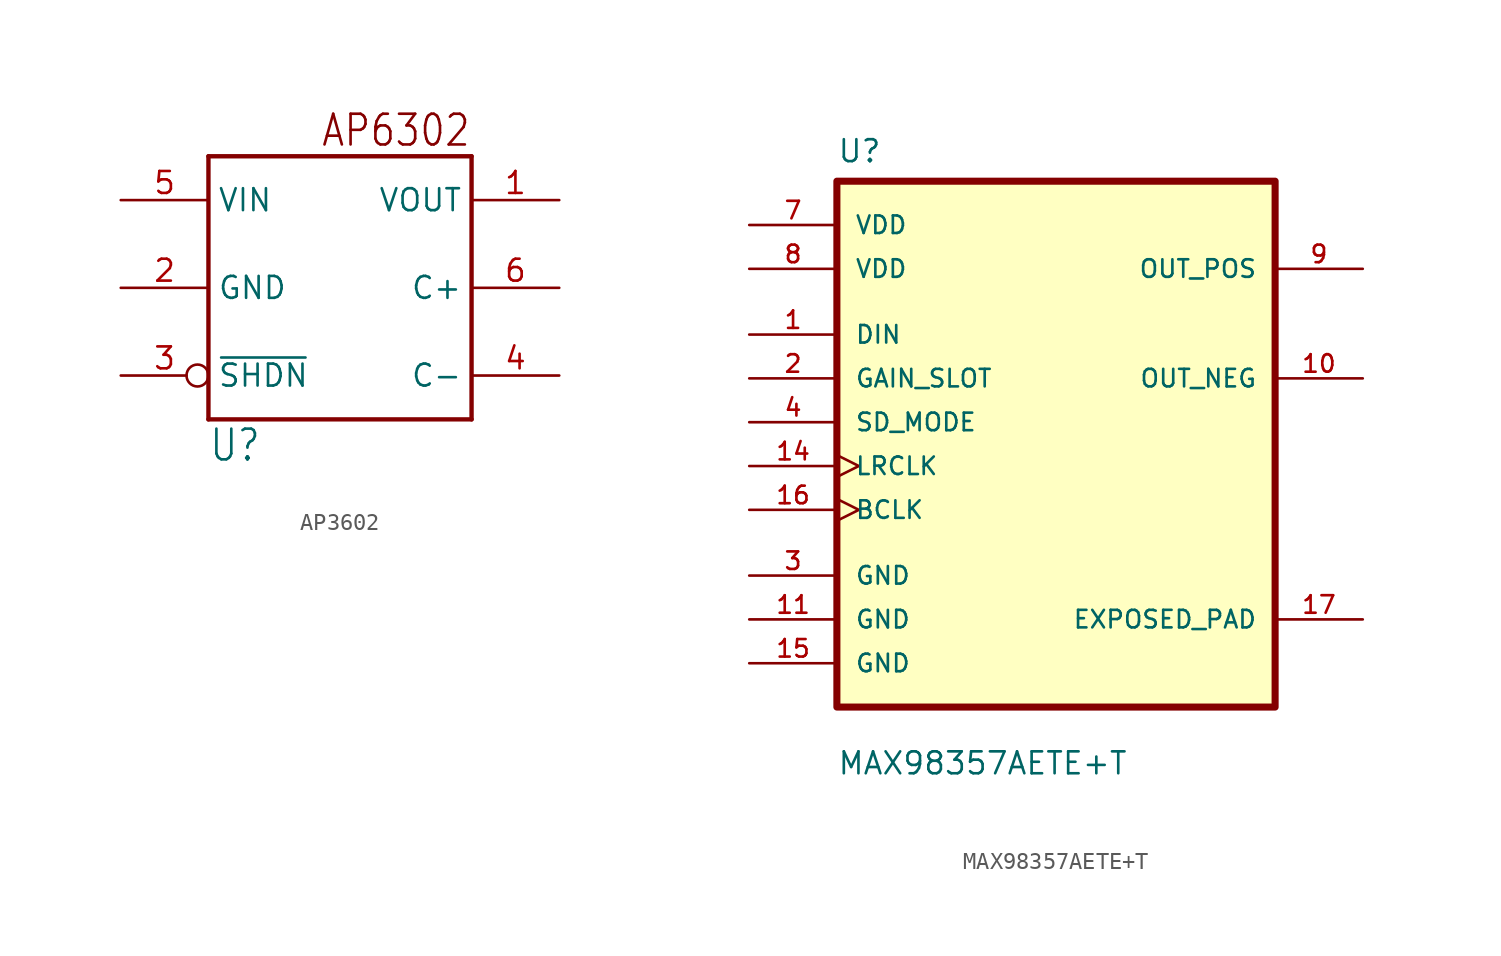
<source format=kicad_sym>
(kicad_symbol_lib
  (version 20220914)
  (generator kicad_symbol_editor)
  (symbol "AP3602"
    (property "Reference" "U"
      (at -7.62 -10.16 0)
      (effects (font (size 1.778 1.511)) (justify left bottom)))
    (symbol "AP3602_1_0"
      (polyline (pts (xy -7.62 -7.62) (xy -7.62 7.62)) (stroke (width 0.254) (type solid)) (fill (type none)))
      (polyline (pts (xy -7.62 7.62) (xy 7.62 7.62)) (stroke (width 0.254) (type solid)) (fill (type none)))
      (polyline (pts (xy 7.62 -7.62) (xy -7.62 -7.62)) (stroke (width 0.254) (type solid)) (fill (type none)))
      (polyline (pts (xy 7.62 7.62) (xy 7.62 -7.62)) (stroke (width 0.254) (type solid)) (fill (type none)))
      (text "AP6302" (at 7.62 10.16 0) (effects (font (size 1.778 1.511)) (justify right top)))
      (pin power_out line (at 12.7 5.08 180) (length 5.08) (name "VOUT" (effects (font (size 1.27 1.27)))) (number "1" (effects (font (size 1.27 1.27)))))
      (pin power_in line (at -12.7 0 0) (length 5.08) (name "GND" (effects (font (size 1.27 1.27)))) (number "2" (effects (font (size 1.27 1.27)))))
      (pin input inverted (at -12.7 -5.08 0) (length 5.08) (name "~{SHDN}" (effects (font (size 1.27 1.27)))) (number "3" (effects (font (size 1.27 1.27)))))
      (pin passive line (at 12.7 -5.08 180) (length 5.08) (name "C-" (effects (font (size 1.27 1.27)))) (number "4" (effects (font (size 1.27 1.27)))))
      (pin power_in line (at -12.7 5.08 0) (length 5.08) (name "VIN" (effects (font (size 1.27 1.27)))) (number "5" (effects (font (size 1.27 1.27)))))
      (pin passive line (at 12.7 0 180) (length 5.08) (name "C+" (effects (font (size 1.27 1.27)))) (number "6" (effects (font (size 1.27 1.27)))))))
  (symbol "MAX98357AETE+T"
    (pin_names
      (offset 1.016))
    (property "Reference" "U"
      (at -12.7 16.24 0)
      (effects (font (size 1.27 1.27)) (justify left bottom)))
    (property "Value" "MAX98357AETE+T"
      (at -12.7 -19.24 0)
      (effects (font (size 1.27 1.27)) (justify left bottom)))
    (symbol "MAX98357AETE+T_0_0"
      (rectangle (start -12.7 15.24) (end 12.7 -15.24) (stroke (width 0.41) (type default)) (fill (type background)))
      (pin input line (at -17.78 6.35 0) (length 5.08) (name "DIN" (effects (font (size 1.016 1.016)))) (number "1" (effects (font (size 1.016 1.016)))))
      (pin input clock (at -17.78 -1.27 0) (length 5.08) (name "LRCLK" (effects (font (size 1.016 1.016)))) (number "14" (effects (font (size 1.016 1.016)))))
      (pin power_in line (at -17.78 -12.7 0) (length 5.08) (name "GND" (effects (font (size 1.016 1.016)))) (number "15" (effects (font (size 1.016 1.016)))))
      (pin input clock (at -17.78 -3.81 0) (length 5.08) (name "BCLK" (effects (font (size 1.016 1.016)))) (number "16" (effects (font (size 1.016 1.016)))))
      (pin input line (at -17.78 3.81 0) (length 5.08) (name "GAIN_SLOT" (effects (font (size 1.016 1.016)))) (number "2" (effects (font (size 1.016 1.016)))))
      (pin power_in line (at -17.78 -7.62 0) (length 5.08) (name "GND" (effects (font (size 1.016 1.016)))) (number "3" (effects (font (size 1.016 1.016)))))
      (pin input line (at -17.78 1.27 0) (length 5.08) (name "SD_MODE" (effects (font (size 1.016 1.016)))) (number "4" (effects (font (size 1.016 1.016)))))
      (pin power_in line (at -17.78 12.7 0) (length 5.08) (name "VDD" (effects (font (size 1.016 1.016)))) (number "7" (effects (font (size 1.016 1.016)))))
      (pin power_in line (at -17.78 10.16 0) (length 5.08) (name "VDD" (effects (font (size 1.016 1.016)))) (number "8" (effects (font (size 1.016 1.016))))))
    (symbol "MAX98357AETE+T_1_0"
      (pin output line (at 17.78 3.81 180) (length 5.08) (name "OUT_NEG" (effects (font (size 1.016 1.016)))) (number "10" (effects (font (size 1.016 1.016)))))
      (pin power_in line (at -17.78 -10.16 0) (length 5.08) (name "GND" (effects (font (size 1.016 1.016)))) (number "11" (effects (font (size 1.016 1.016)))))
      (pin passive line (at 17.78 -10.16 180) (length 5.08) (name "EXPOSED_PAD" (effects (font (size 1.016 1.016)))) (number "17" (effects (font (size 1.016 1.016)))))
      (pin output line (at 17.78 10.16 180) (length 5.08) (name "OUT_POS" (effects (font (size 1.016 1.016)))) (number "9" (effects (font (size 1.016 1.016))))))))
</source>
